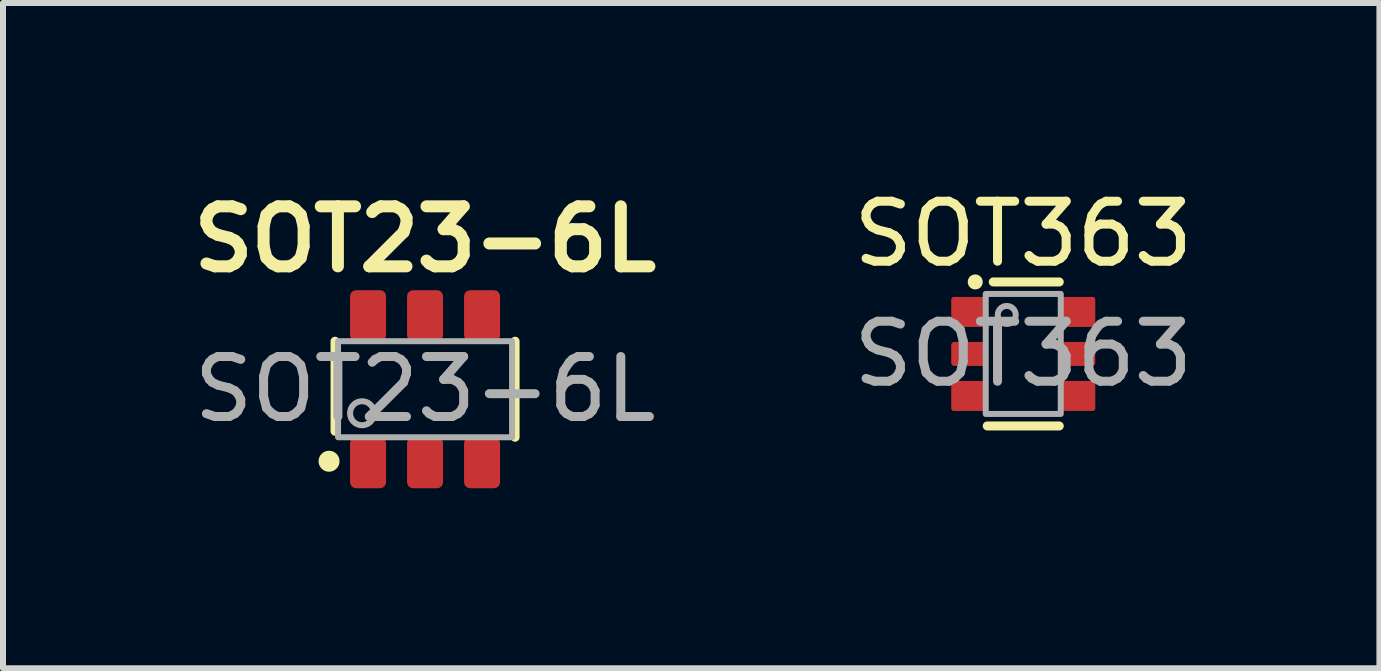
<source format=kicad_pcb>
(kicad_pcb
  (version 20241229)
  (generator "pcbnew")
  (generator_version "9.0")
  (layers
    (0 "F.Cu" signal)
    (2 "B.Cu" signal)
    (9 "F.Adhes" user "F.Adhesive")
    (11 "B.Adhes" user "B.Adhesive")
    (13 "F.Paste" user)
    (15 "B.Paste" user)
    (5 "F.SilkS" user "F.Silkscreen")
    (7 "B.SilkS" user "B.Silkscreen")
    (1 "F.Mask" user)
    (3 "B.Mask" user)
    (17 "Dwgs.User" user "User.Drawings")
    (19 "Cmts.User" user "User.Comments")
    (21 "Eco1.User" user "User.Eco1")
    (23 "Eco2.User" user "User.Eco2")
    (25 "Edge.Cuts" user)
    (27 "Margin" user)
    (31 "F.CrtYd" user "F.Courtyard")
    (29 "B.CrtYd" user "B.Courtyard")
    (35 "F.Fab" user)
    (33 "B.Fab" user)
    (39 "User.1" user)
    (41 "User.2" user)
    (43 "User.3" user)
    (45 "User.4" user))
  (footprint "SOT363"
    (layer "F.Cu")
    (at 14.001 2.848)
    (property "Reference" "SOT363" (at 0 -2 0) (unlocked yes) (layer "F.SilkS") (effects (font (size 1 1) (thickness 0.15))))
    (attr smd)
    (fp_line (start -0.6 1.2) (end 0.6 1.2) (stroke (width 0.15) (type default)) (layer "F.SilkS"))
    (fp_line (start -0.5 -1.2) (end 0.6 -1.2) (stroke (width 0.15) (type default)) (layer "F.SilkS"))
    (fp_circle (center -0.8 -1.2) (end -0.75 -1.2) (stroke (width 0.15) (type default)) (fill yes) (layer "F.SilkS"))
    (fp_rect (start -0.625 -1) (end 0.625 1) (stroke (width 0.1) (type default)) (fill no) (layer "F.Fab"))
    (fp_circle (center -0.275 -0.65) (end -0.275 -0.8) (stroke (width 0.1) (type default)) (fill no) (layer "F.Fab"))
    (fp_text user "${REFERENCE}" (at 0 0 0) (unlocked yes) (layer "F.Fab") (effects (font (size 1 1) (thickness 0.15))))
    (pad "1" smd roundrect (at -0.9 -0.7) (size 0.6 0.5) (layers "F.Cu" "F.Mask" "F.Paste") (roundrect_rratio 0.083))
    (pad "2" smd roundrect (at -0.9 0) (size 0.6 0.4) (layers "F.Cu" "F.Mask" "F.Paste") (roundrect_rratio 0.125))
    (pad "3" smd roundrect (at -0.9 0.7) (size 0.6 0.5) (layers "F.Cu" "F.Mask" "F.Paste") (roundrect_rratio 0.083))
    (pad "4" smd roundrect (at 0.9 0.7) (size 0.6 0.5) (layers "F.Cu" "F.Mask" "F.Paste") (roundrect_rratio 0.083))
    (pad "5" smd roundrect (at 0.9 0) (size 0.6 0.4) (layers "F.Cu" "F.Mask" "F.Paste") (roundrect_rratio 0.125))
    (pad "6" smd roundrect (at 0.9 -0.7) (size 0.6 0.5) (layers "F.Cu" "F.Mask" "F.Paste") (roundrect_rratio 0.083)))
  (footprint "SOT23-6L"
    (layer "F.Cu")
    (at 4.033 3.436)
    (property "Reference" "SOT23-6L" (at 0 -2.5 0) (unlocked yes) (layer "F.SilkS") (effects (font (size 1 1) (thickness 0.2))))
    (attr smd)
    (fp_line (start -1.5 -0.8) (end -1.5 0.7) (stroke (width 0.15) (type default)) (layer "F.SilkS"))
    (fp_line (start 1.5 -0.8) (end 1.5 0.8) (stroke (width 0.15) (type default)) (layer "F.SilkS"))
    (fp_circle (center -1.6 1.2) (end -1.5 1.2) (stroke (width 0.15) (type default)) (fill yes) (layer "F.SilkS"))
    (fp_rect (start -1.45 -0.8) (end 1.45 0.8) (stroke (width 0.1) (type default)) (fill no) (layer "F.Fab"))
    (fp_circle (center -1.05 0.4) (end -1.05 0.2) (stroke (width 0.1) (type default)) (fill no) (layer "F.Fab"))
    (fp_text user "${REFERENCE}" (at 0 0 0) (unlocked yes) (layer "F.Fab") (effects (font (size 1 1) (thickness 0.15))))
    (pad "1" smd roundrect (at -0.95 1.225) (size 0.6 0.85) (layers "F.Cu" "F.Mask" "F.Paste") (roundrect_rratio 0.167))
    (pad "2" smd roundrect (at 0 1.225) (size 0.6 0.85) (layers "F.Cu" "F.Mask" "F.Paste") (roundrect_rratio 0.167))
    (pad "3" smd roundrect (at 0.95 1.225) (size 0.6 0.85) (layers "F.Cu" "F.Mask" "F.Paste") (roundrect_rratio 0.167))
    (pad "4" smd roundrect (at 0.95 -1.225) (size 0.6 0.85) (layers "F.Cu" "F.Mask" "F.Paste") (roundrect_rratio 0.167))
    (pad "5" smd roundrect (at 0 -1.225) (size 0.6 0.85) (layers "F.Cu" "F.Mask" "F.Paste") (roundrect_rratio 0.167))
    (pad "6" smd roundrect (at -0.95 -1.225) (size 0.6 0.85) (layers "F.Cu" "F.Mask" "F.Paste") (roundrect_rratio 0.167)))
  (gr_rect
    (start -3 -3)
    (end 19.936 8.086)
    (stroke (width 0.1) (type default))
    (fill no)
    (layer "Edge.Cuts")))
</source>
